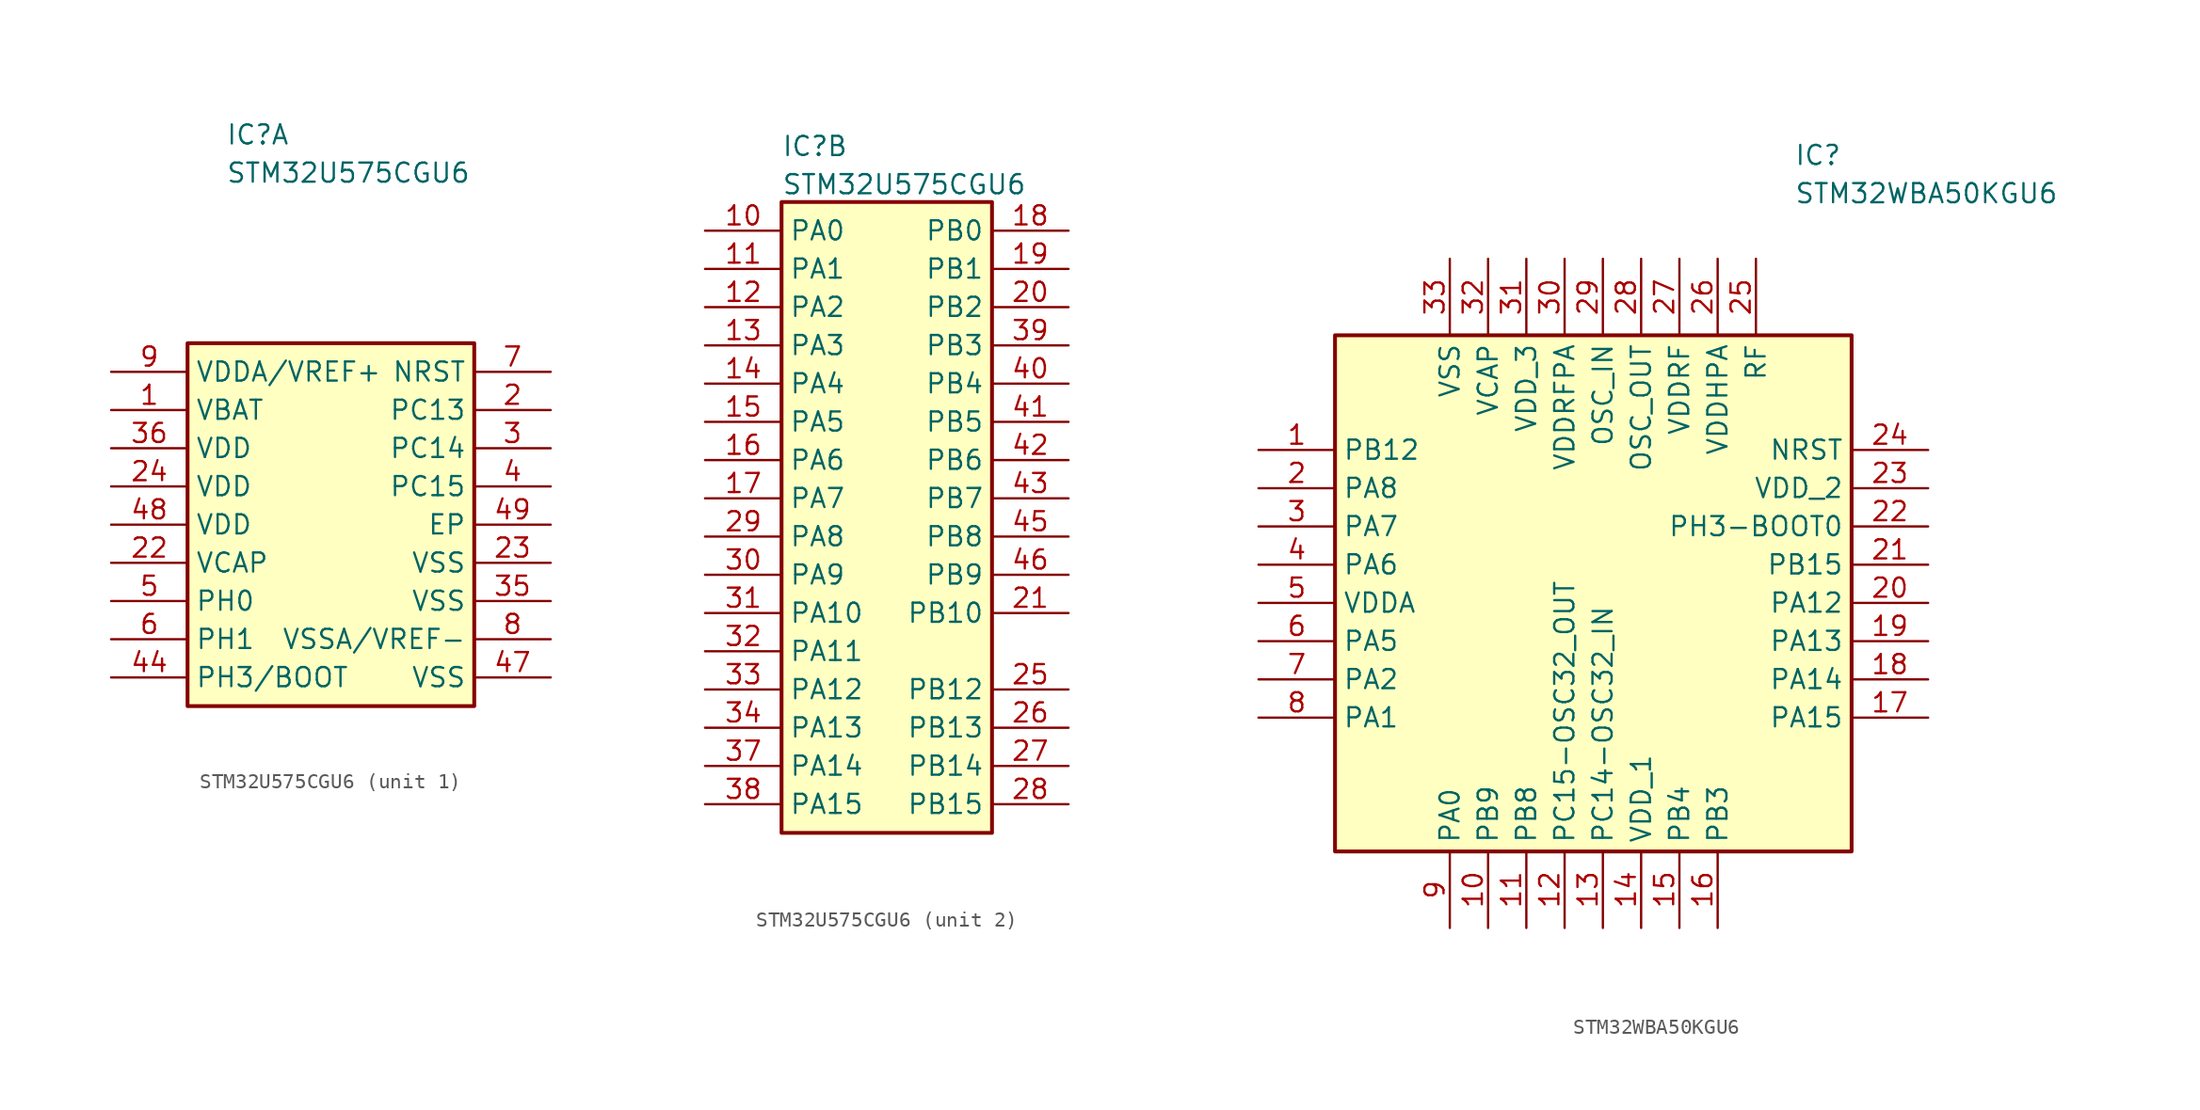
<source format=kicad_sym>
(kicad_symbol_lib
  (version 20241209)
  (generator "kicad_symbol_editor")
  (generator_version "9.0")
  (symbol "STM32U575CGU6"
    (property "Reference" "IC"
      (at -6.35 26.67 0)
      (effects (font (size 1.27 1.27)) (justify left top)))
    (property "Value" "STM32U575CGU6"
      (at -6.35 24.13 0)
      (effects (font (size 1.27 1.27)) (justify left top)))
    (symbol "STM32U575CGU6_1_0"
      (pin power_in line (at -13.97 -2.54 0) (length 5.08) (name "VCAP" (effects (font (size 1.27 1.27)))) (number "22" (effects (font (size 1.27 1.27))))))
    (symbol "STM32U575CGU6_1_1"
      (rectangle (start -8.89 12.065) (end 10.16 -12.065) (stroke (width 0.254) (type default)) (fill (type background)))
      (pin power_in line (at -13.97 10.16 0) (length 5.08) (name "VDDA/VREF+" (effects (font (size 1.27 1.27)))) (number "9" (effects (font (size 1.27 1.27)))))
      (pin power_in line (at -13.97 7.62 0) (length 5.08) (name "VBAT" (effects (font (size 1.27 1.27)))) (number "1" (effects (font (size 1.27 1.27)))))
      (pin power_in line (at -13.97 5.08 0) (length 5.08) (name "VDD" (effects (font (size 1.27 1.27)))) (number "36" (effects (font (size 1.27 1.27)))))
      (pin power_in line (at -13.97 2.54 0) (length 5.08) (name "VDD" (effects (font (size 1.27 1.27)))) (number "24" (effects (font (size 1.27 1.27)))))
      (pin power_in line (at -13.97 0 0) (length 5.08) (name "VDD" (effects (font (size 1.27 1.27)))) (number "48" (effects (font (size 1.27 1.27)))))
      (pin passive line (at -13.97 -5.08 0) (length 5.08) (name "PH0" (effects (font (size 1.27 1.27)))) (number "5" (effects (font (size 1.27 1.27)))))
      (pin passive line (at -13.97 -7.62 0) (length 5.08) (name "PH1" (effects (font (size 1.27 1.27)))) (number "6" (effects (font (size 1.27 1.27)))))
      (pin passive line (at -13.97 -10.16 0) (length 5.08) (name "PH3/BOOT" (effects (font (size 1.27 1.27)))) (number "44" (effects (font (size 1.27 1.27)))))
      (pin passive line (at 15.24 10.16 180) (length 5.08) (name "NRST" (effects (font (size 1.27 1.27)))) (number "7" (effects (font (size 1.27 1.27)))))
      (pin passive line (at 15.24 7.62 180) (length 5.08) (name "PC13" (effects (font (size 1.27 1.27)))) (number "2" (effects (font (size 1.27 1.27)))))
      (pin passive line (at 15.24 5.08 180) (length 5.08) (name "PC14" (effects (font (size 1.27 1.27)))) (number "3" (effects (font (size 1.27 1.27)))))
      (pin passive line (at 15.24 2.54 180) (length 5.08) (name "PC15" (effects (font (size 1.27 1.27)))) (number "4" (effects (font (size 1.27 1.27)))))
      (pin passive line (at 15.24 0 180) (length 5.08) (name "EP" (effects (font (size 1.27 1.27)))) (number "49" (effects (font (size 1.27 1.27)))))
      (pin power_in line (at 15.24 -2.54 180) (length 5.08) (name "VSS" (effects (font (size 1.27 1.27)))) (number "23" (effects (font (size 1.27 1.27)))))
      (pin power_in line (at 15.24 -5.08 180) (length 5.08) (name "VSS" (effects (font (size 1.27 1.27)))) (number "35" (effects (font (size 1.27 1.27)))))
      (pin power_in line (at 15.24 -7.62 180) (length 5.08) (name "VSSA/VREF-" (effects (font (size 1.27 1.27)))) (number "8" (effects (font (size 1.27 1.27)))))
      (pin power_in line (at 15.24 -10.16 180) (length 5.08) (name "VSS" (effects (font (size 1.27 1.27)))) (number "47" (effects (font (size 1.27 1.27))))))
    (symbol "STM32U575CGU6_2_0"
      (pin passive line (at -11.43 20.32 0) (length 5.08) (name "PA0" (effects (font (size 1.27 1.27)))) (number "10" (effects (font (size 1.27 1.27)))))
      (pin passive line (at -11.43 17.78 0) (length 5.08) (name "PA1" (effects (font (size 1.27 1.27)))) (number "11" (effects (font (size 1.27 1.27)))))
      (pin passive line (at -11.43 15.24 0) (length 5.08) (name "PA2" (effects (font (size 1.27 1.27)))) (number "12" (effects (font (size 1.27 1.27)))))
      (pin passive line (at -11.43 12.7 0) (length 5.08) (name "PA3" (effects (font (size 1.27 1.27)))) (number "13" (effects (font (size 1.27 1.27)))))
      (pin passive line (at -11.43 10.16 0) (length 5.08) (name "PA4" (effects (font (size 1.27 1.27)))) (number "14" (effects (font (size 1.27 1.27)))))
      (pin passive line (at -11.43 7.62 0) (length 5.08) (name "PA5" (effects (font (size 1.27 1.27)))) (number "15" (effects (font (size 1.27 1.27)))))
      (pin passive line (at -11.43 5.08 0) (length 5.08) (name "PA6" (effects (font (size 1.27 1.27)))) (number "16" (effects (font (size 1.27 1.27)))))
      (pin passive line (at -11.43 2.54 0) (length 5.08) (name "PA7" (effects (font (size 1.27 1.27)))) (number "17" (effects (font (size 1.27 1.27)))))
      (pin passive line (at -11.43 0 0) (length 5.08) (name "PA8" (effects (font (size 1.27 1.27)))) (number "29" (effects (font (size 1.27 1.27)))))
      (pin passive line (at -11.43 -2.54 0) (length 5.08) (name "PA9" (effects (font (size 1.27 1.27)))) (number "30" (effects (font (size 1.27 1.27)))))
      (pin passive line (at -11.43 -5.08 0) (length 5.08) (name "PA10" (effects (font (size 1.27 1.27)))) (number "31" (effects (font (size 1.27 1.27)))))
      (pin passive line (at -11.43 -7.62 0) (length 5.08) (name "PA11" (effects (font (size 1.27 1.27)))) (number "32" (effects (font (size 1.27 1.27)))))
      (pin passive line (at -11.43 -10.16 0) (length 5.08) (name "PA12" (effects (font (size 1.27 1.27)))) (number "33" (effects (font (size 1.27 1.27)))))
      (pin passive line (at -11.43 -12.7 0) (length 5.08) (name "PA13" (effects (font (size 1.27 1.27)))) (number "34" (effects (font (size 1.27 1.27)))))
      (pin passive line (at -11.43 -15.24 0) (length 5.08) (name "PA14" (effects (font (size 1.27 1.27)))) (number "37" (effects (font (size 1.27 1.27)))))
      (pin passive line (at -11.43 -17.78 0) (length 5.08) (name "PA15" (effects (font (size 1.27 1.27)))) (number "38" (effects (font (size 1.27 1.27)))))
      (pin passive line (at 12.7 20.32 180) (length 5.08) (name "PB0" (effects (font (size 1.27 1.27)))) (number "18" (effects (font (size 1.27 1.27)))))
      (pin passive line (at 12.7 17.78 180) (length 5.08) (name "PB1" (effects (font (size 1.27 1.27)))) (number "19" (effects (font (size 1.27 1.27)))))
      (pin passive line (at 12.7 15.24 180) (length 5.08) (name "PB2" (effects (font (size 1.27 1.27)))) (number "20" (effects (font (size 1.27 1.27)))))
      (pin passive line (at 12.7 12.7 180) (length 5.08) (name "PB3" (effects (font (size 1.27 1.27)))) (number "39" (effects (font (size 1.27 1.27)))))
      (pin passive line (at 12.7 10.16 180) (length 5.08) (name "PB4" (effects (font (size 1.27 1.27)))) (number "40" (effects (font (size 1.27 1.27)))))
      (pin passive line (at 12.7 7.62 180) (length 5.08) (name "PB5" (effects (font (size 1.27 1.27)))) (number "41" (effects (font (size 1.27 1.27)))))
      (pin passive line (at 12.7 5.08 180) (length 5.08) (name "PB6" (effects (font (size 1.27 1.27)))) (number "42" (effects (font (size 1.27 1.27)))))
      (pin passive line (at 12.7 2.54 180) (length 5.08) (name "PB7" (effects (font (size 1.27 1.27)))) (number "43" (effects (font (size 1.27 1.27)))))
      (pin passive line (at 12.7 0 180) (length 5.08) (name "PB8" (effects (font (size 1.27 1.27)))) (number "45" (effects (font (size 1.27 1.27)))))
      (pin passive line (at 12.7 -2.54 180) (length 5.08) (name "PB9" (effects (font (size 1.27 1.27)))) (number "46" (effects (font (size 1.27 1.27)))))
      (pin passive line (at 12.7 -5.08 180) (length 5.08) (name "PB10" (effects (font (size 1.27 1.27)))) (number "21" (effects (font (size 1.27 1.27)))))
      (pin passive line (at 12.7 -10.16 180) (length 5.08) (name "PB12" (effects (font (size 1.27 1.27)))) (number "25" (effects (font (size 1.27 1.27)))))
      (pin passive line (at 12.7 -12.7 180) (length 5.08) (name "PB13" (effects (font (size 1.27 1.27)))) (number "26" (effects (font (size 1.27 1.27)))))
      (pin passive line (at 12.7 -15.24 180) (length 5.08) (name "PB14" (effects (font (size 1.27 1.27)))) (number "27" (effects (font (size 1.27 1.27)))))
      (pin passive line (at 12.7 -17.78 180) (length 5.08) (name "PB15" (effects (font (size 1.27 1.27)))) (number "28" (effects (font (size 1.27 1.27))))))
    (symbol "STM32U575CGU6_2_1"
      (rectangle (start -6.35 22.225) (end 7.62 -19.685) (stroke (width 0.254) (type default)) (fill (type background)))))
  (symbol "STM32WBA50KGU6"
    (property "Reference" "IC"
      (at 31.75 20.32 0)
      (effects (font (size 1.27 1.27)) (justify left top)))
    (property "Value" "STM32WBA50KGU6"
      (at 31.75 17.78 0)
      (effects (font (size 1.27 1.27)) (justify left top)))
    (symbol "STM32WBA50KGU6_1_1"
      (rectangle (start 1.27 7.62) (end 35.56 -26.67) (stroke (width 0.254) (type default)) (fill (type background)))
      (pin passive line (at -3.81 0 0) (length 5.08) (name "PB12" (effects (font (size 1.27 1.27)))) (number "1" (effects (font (size 1.27 1.27)))))
      (pin passive line (at -3.81 -2.54 0) (length 5.08) (name "PA8" (effects (font (size 1.27 1.27)))) (number "2" (effects (font (size 1.27 1.27)))))
      (pin passive line (at -3.81 -5.08 0) (length 5.08) (name "PA7" (effects (font (size 1.27 1.27)))) (number "3" (effects (font (size 1.27 1.27)))))
      (pin passive line (at -3.81 -7.62 0) (length 5.08) (name "PA6" (effects (font (size 1.27 1.27)))) (number "4" (effects (font (size 1.27 1.27)))))
      (pin passive line (at -3.81 -10.16 0) (length 5.08) (name "VDDA" (effects (font (size 1.27 1.27)))) (number "5" (effects (font (size 1.27 1.27)))))
      (pin passive line (at -3.81 -12.7 0) (length 5.08) (name "PA5" (effects (font (size 1.27 1.27)))) (number "6" (effects (font (size 1.27 1.27)))))
      (pin passive line (at -3.81 -15.24 0) (length 5.08) (name "PA2" (effects (font (size 1.27 1.27)))) (number "7" (effects (font (size 1.27 1.27)))))
      (pin passive line (at -3.81 -17.78 0) (length 5.08) (name "PA1" (effects (font (size 1.27 1.27)))) (number "8" (effects (font (size 1.27 1.27)))))
      (pin passive line (at 8.89 12.7 270) (length 5.08) (name "VSS" (effects (font (size 1.27 1.27)))) (number "33" (effects (font (size 1.27 1.27)))))
      (pin passive line (at 8.89 -31.75 90) (length 5.08) (name "PA0" (effects (font (size 1.27 1.27)))) (number "9" (effects (font (size 1.27 1.27)))))
      (pin passive line (at 11.43 12.7 270) (length 5.08) (name "VCAP" (effects (font (size 1.27 1.27)))) (number "32" (effects (font (size 1.27 1.27)))))
      (pin passive line (at 11.43 -31.75 90) (length 5.08) (name "PB9" (effects (font (size 1.27 1.27)))) (number "10" (effects (font (size 1.27 1.27)))))
      (pin passive line (at 13.97 12.7 270) (length 5.08) (name "VDD_3" (effects (font (size 1.27 1.27)))) (number "31" (effects (font (size 1.27 1.27)))))
      (pin passive line (at 13.97 -31.75 90) (length 5.08) (name "PB8" (effects (font (size 1.27 1.27)))) (number "11" (effects (font (size 1.27 1.27)))))
      (pin passive line (at 16.51 12.7 270) (length 5.08) (name "VDDRFPA" (effects (font (size 1.27 1.27)))) (number "30" (effects (font (size 1.27 1.27)))))
      (pin passive line (at 16.51 -31.75 90) (length 5.08) (name "PC15-OSC32_OUT" (effects (font (size 1.27 1.27)))) (number "12" (effects (font (size 1.27 1.27)))))
      (pin passive line (at 19.05 12.7 270) (length 5.08) (name "OSC_IN" (effects (font (size 1.27 1.27)))) (number "29" (effects (font (size 1.27 1.27)))))
      (pin passive line (at 19.05 -31.75 90) (length 5.08) (name "PC14-OSC32_IN" (effects (font (size 1.27 1.27)))) (number "13" (effects (font (size 1.27 1.27)))))
      (pin passive line (at 21.59 12.7 270) (length 5.08) (name "OSC_OUT" (effects (font (size 1.27 1.27)))) (number "28" (effects (font (size 1.27 1.27)))))
      (pin passive line (at 21.59 -31.75 90) (length 5.08) (name "VDD_1" (effects (font (size 1.27 1.27)))) (number "14" (effects (font (size 1.27 1.27)))))
      (pin passive line (at 24.13 12.7 270) (length 5.08) (name "VDDRF" (effects (font (size 1.27 1.27)))) (number "27" (effects (font (size 1.27 1.27)))))
      (pin passive line (at 24.13 -31.75 90) (length 5.08) (name "PB4" (effects (font (size 1.27 1.27)))) (number "15" (effects (font (size 1.27 1.27)))))
      (pin passive line (at 26.67 12.7 270) (length 5.08) (name "VDDHPA" (effects (font (size 1.27 1.27)))) (number "26" (effects (font (size 1.27 1.27)))))
      (pin passive line (at 26.67 -31.75 90) (length 5.08) (name "PB3" (effects (font (size 1.27 1.27)))) (number "16" (effects (font (size 1.27 1.27)))))
      (pin passive line (at 29.21 12.7 270) (length 5.08) (name "RF" (effects (font (size 1.27 1.27)))) (number "25" (effects (font (size 1.27 1.27)))))
      (pin passive line (at 40.64 0 180) (length 5.08) (name "NRST" (effects (font (size 1.27 1.27)))) (number "24" (effects (font (size 1.27 1.27)))))
      (pin passive line (at 40.64 -2.54 180) (length 5.08) (name "VDD_2" (effects (font (size 1.27 1.27)))) (number "23" (effects (font (size 1.27 1.27)))))
      (pin passive line (at 40.64 -5.08 180) (length 5.08) (name "PH3-BOOT0" (effects (font (size 1.27 1.27)))) (number "22" (effects (font (size 1.27 1.27)))))
      (pin passive line (at 40.64 -7.62 180) (length 5.08) (name "PB15" (effects (font (size 1.27 1.27)))) (number "21" (effects (font (size 1.27 1.27)))))
      (pin passive line (at 40.64 -10.16 180) (length 5.08) (name "PA12" (effects (font (size 1.27 1.27)))) (number "20" (effects (font (size 1.27 1.27)))))
      (pin passive line (at 40.64 -12.7 180) (length 5.08) (name "PA13" (effects (font (size 1.27 1.27)))) (number "19" (effects (font (size 1.27 1.27)))))
      (pin passive line (at 40.64 -15.24 180) (length 5.08) (name "PA14" (effects (font (size 1.27 1.27)))) (number "18" (effects (font (size 1.27 1.27)))))
      (pin passive line (at 40.64 -17.78 180) (length 5.08) (name "PA15" (effects (font (size 1.27 1.27)))) (number "17" (effects (font (size 1.27 1.27))))))))
</source>
